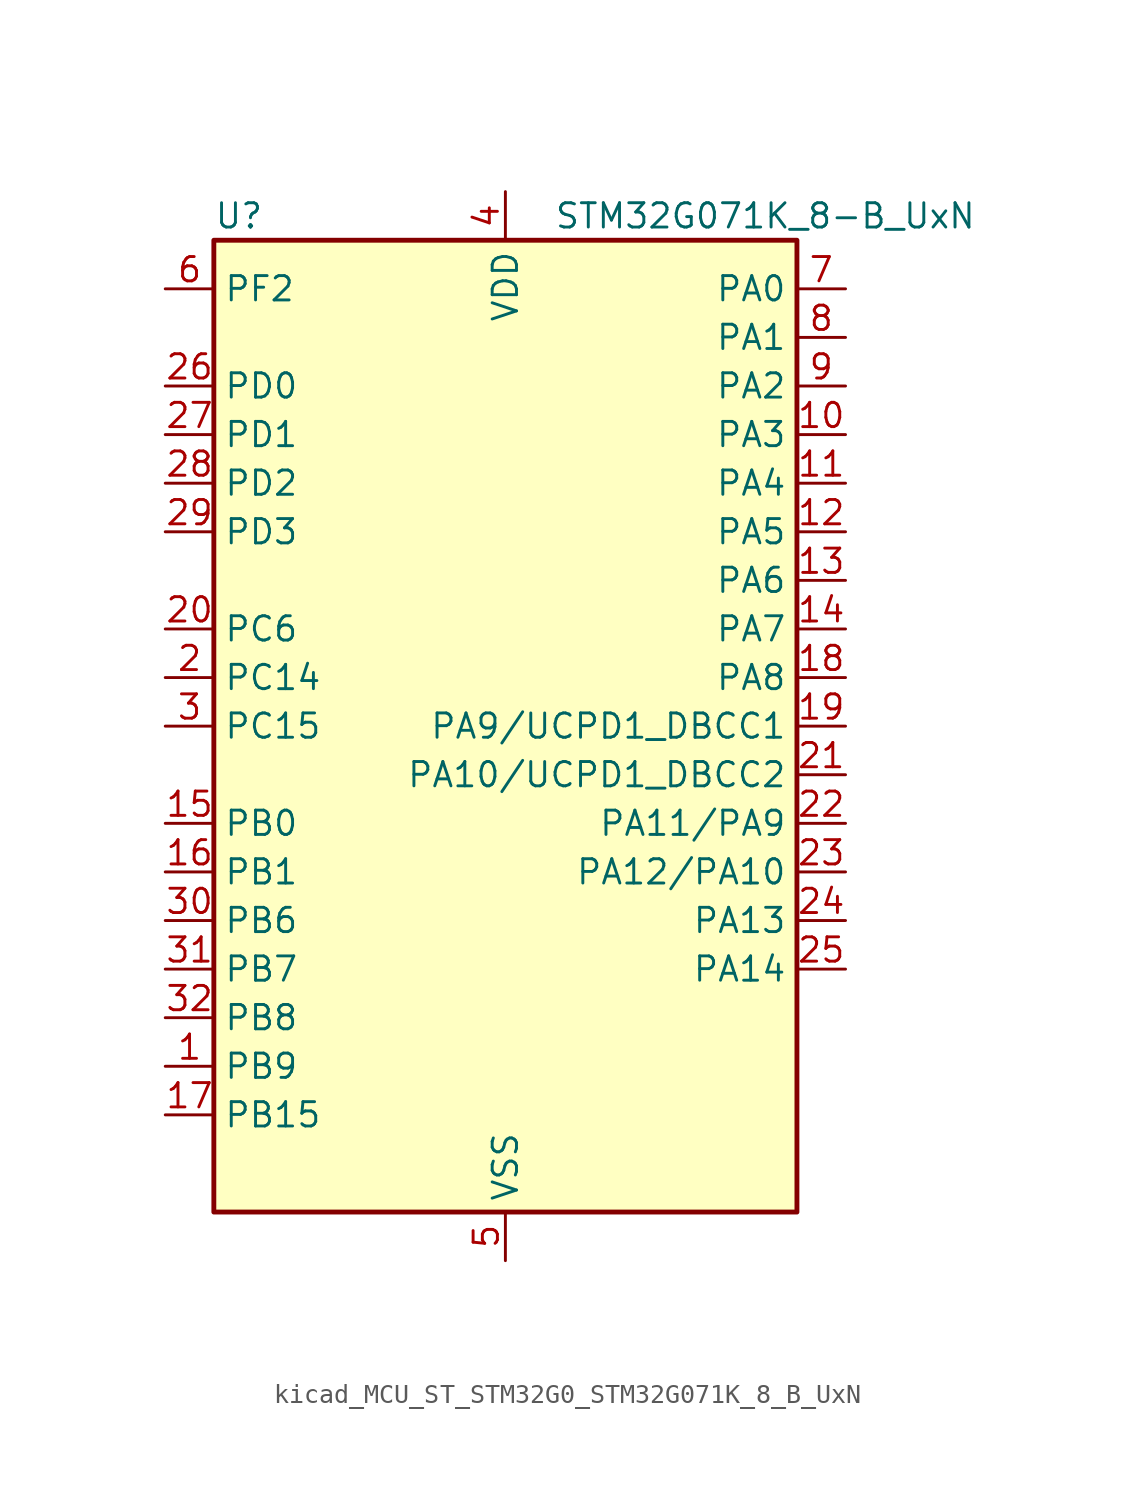
<source format=kicad_sym>
(kicad_symbol_lib
  (version 20220914)
  (generator kicad_symbol_editor)
  (symbol "kicad_MCU_ST_STM32G0_STM32G071K_8_B_UxN"
    (property "Reference" "U"
      (at -15.24 26.67 0)
      (effects (font (size 1.27 1.27)) (justify left)))
    (property "Value" "STM32G071K_8-B_UxN"
      (at 2.54 26.67 0)
      (effects (font (size 1.27 1.27)) (justify left)))
    (property "ki_locked" ""
      (at 0 0 0)
      (effects (font (size 1.27 1.27))))
    (symbol "kicad_MCU_ST_STM32G0_STM32G071K_8_B_UxN_0_1"
      (rectangle (start -15.24 -25.4) (end 15.24 25.4) (stroke (width 0.254) (type default)) (fill (type background))))
    (symbol "kicad_MCU_ST_STM32G0_STM32G071K_8_B_UxN_1_1"
      (pin bidirectional line (at -17.78 -17.78 0) (length 2.54) (name "PB9" (effects (font (size 1.27 1.27)))) (number "1" (effects (font (size 1.27 1.27)))) (alternate "DAC1_EXTI9" bidirectional line) (alternate "I2C1_SDA" bidirectional line) (alternate "IR_OUT" bidirectional line) (alternate "SPI2_NSS" bidirectional line) (alternate "TIM17_CH1" bidirectional line) (alternate "UCPD2_FRSTX1" bidirectional line) (alternate "UCPD2_FRSTX2" bidirectional line) (alternate "USART3_RX" bidirectional line))
      (pin bidirectional line (at 17.78 15.24 180) (length 2.54) (name "PA3" (effects (font (size 1.27 1.27)))) (number "10" (effects (font (size 1.27 1.27)))) (alternate "ADC1_IN3" bidirectional line) (alternate "COMP2_INP" bidirectional line) (alternate "LPUART1_RX" bidirectional line) (alternate "SPI2_MISO" bidirectional line) (alternate "TIM15_CH2" bidirectional line) (alternate "TIM2_CH4" bidirectional line) (alternate "UCPD2_FRSTX1" bidirectional line) (alternate "UCPD2_FRSTX2" bidirectional line) (alternate "USART2_RX" bidirectional line))
      (pin bidirectional line (at 17.78 12.7 180) (length 2.54) (name "PA4" (effects (font (size 1.27 1.27)))) (number "11" (effects (font (size 1.27 1.27)))) (alternate "ADC1_IN4" bidirectional line) (alternate "DAC1_OUT1" bidirectional line) (alternate "I2S1_WS" bidirectional line) (alternate "LPTIM2_OUT" bidirectional line) (alternate "RTC_OUT_ALARM" bidirectional line) (alternate "RTC_OUT_CALIB" bidirectional line) (alternate "RTC_TAMP_IN1" bidirectional line) (alternate "RTC_TS" bidirectional line) (alternate "SPI1_NSS" bidirectional line) (alternate "SPI2_MOSI" bidirectional line) (alternate "SYS_WKUP2" bidirectional line) (alternate "TIM14_CH1" bidirectional line) (alternate "UCPD2_FRSTX1" bidirectional line) (alternate "UCPD2_FRSTX2" bidirectional line))
      (pin bidirectional line (at 17.78 10.16 180) (length 2.54) (name "PA5" (effects (font (size 1.27 1.27)))) (number "12" (effects (font (size 1.27 1.27)))) (alternate "ADC1_IN5" bidirectional line) (alternate "CEC" bidirectional line) (alternate "DAC1_OUT2" bidirectional line) (alternate "I2S1_CK" bidirectional line) (alternate "LPTIM2_ETR" bidirectional line) (alternate "SPI1_SCK" bidirectional line) (alternate "TIM2_CH1" bidirectional line) (alternate "TIM2_ETR" bidirectional line) (alternate "UCPD1_FRSTX1" bidirectional line) (alternate "UCPD1_FRSTX2" bidirectional line) (alternate "USART3_TX" bidirectional line))
      (pin bidirectional line (at 17.78 7.62 180) (length 2.54) (name "PA6" (effects (font (size 1.27 1.27)))) (number "13" (effects (font (size 1.27 1.27)))) (alternate "ADC1_IN6" bidirectional line) (alternate "COMP1_OUT" bidirectional line) (alternate "I2S1_MCK" bidirectional line) (alternate "LPUART1_CTS" bidirectional line) (alternate "SPI1_MISO" bidirectional line) (alternate "TIM16_CH1" bidirectional line) (alternate "TIM1_BK" bidirectional line) (alternate "TIM3_CH1" bidirectional line) (alternate "USART3_CTS" bidirectional line) (alternate "USART3_NSS" bidirectional line))
      (pin bidirectional line (at 17.78 5.08 180) (length 2.54) (name "PA7" (effects (font (size 1.27 1.27)))) (number "14" (effects (font (size 1.27 1.27)))) (alternate "ADC1_IN7" bidirectional line) (alternate "COMP2_OUT" bidirectional line) (alternate "I2S1_SD" bidirectional line) (alternate "SPI1_MOSI" bidirectional line) (alternate "TIM14_CH1" bidirectional line) (alternate "TIM17_CH1" bidirectional line) (alternate "TIM1_CH1N" bidirectional line) (alternate "TIM3_CH2" bidirectional line) (alternate "UCPD1_FRSTX1" bidirectional line) (alternate "UCPD1_FRSTX2" bidirectional line))
      (pin bidirectional line (at -17.78 -5.08 0) (length 2.54) (name "PB0" (effects (font (size 1.27 1.27)))) (number "15" (effects (font (size 1.27 1.27)))) (alternate "ADC1_IN8" bidirectional line) (alternate "COMP1_OUT" bidirectional line) (alternate "I2S1_WS" bidirectional line) (alternate "LPTIM1_OUT" bidirectional line) (alternate "SPI1_NSS" bidirectional line) (alternate "TIM1_CH2N" bidirectional line) (alternate "TIM3_CH3" bidirectional line) (alternate "UCPD1_FRSTX1" bidirectional line) (alternate "UCPD1_FRSTX2" bidirectional line) (alternate "USART3_RX" bidirectional line))
      (pin bidirectional line (at -17.78 -7.62 0) (length 2.54) (name "PB1" (effects (font (size 1.27 1.27)))) (number "16" (effects (font (size 1.27 1.27)))) (alternate "ADC1_IN9" bidirectional line) (alternate "COMP1_INM" bidirectional line) (alternate "LPTIM2_IN1" bidirectional line) (alternate "LPUART1_DE" bidirectional line) (alternate "LPUART1_RTS" bidirectional line) (alternate "TIM14_CH1" bidirectional line) (alternate "TIM1_CH3N" bidirectional line) (alternate "TIM3_CH4" bidirectional line) (alternate "USART3_CK" bidirectional line) (alternate "USART3_DE" bidirectional line) (alternate "USART3_RTS" bidirectional line))
      (pin bidirectional line (at -17.78 -20.32 0) (length 2.54) (name "PB15" (effects (font (size 1.27 1.27)))) (number "17" (effects (font (size 1.27 1.27)))) (alternate "RTC_REFIN" bidirectional line) (alternate "SPI2_MOSI" bidirectional line) (alternate "TIM15_CH1N" bidirectional line) (alternate "TIM15_CH2" bidirectional line) (alternate "TIM1_CH3N" bidirectional line) (alternate "UCPD1_CC2" bidirectional line))
      (pin bidirectional line (at 17.78 2.54 180) (length 2.54) (name "PA8" (effects (font (size 1.27 1.27)))) (number "18" (effects (font (size 1.27 1.27)))) (alternate "LPTIM2_OUT" bidirectional line) (alternate "RCC_MCO" bidirectional line) (alternate "SPI2_NSS" bidirectional line) (alternate "TIM1_CH1" bidirectional line) (alternate "UCPD1_CC1" bidirectional line))
      (pin bidirectional line (at 17.78 0 180) (length 2.54) (name "PA9/UCPD1_DBCC1" (effects (font (size 1.27 1.27)))) (number "19" (effects (font (size 1.27 1.27)))) (alternate "DAC1_EXTI9" bidirectional line) (alternate "I2C1_SCL" bidirectional line) (alternate "RCC_MCO" bidirectional line) (alternate "SPI2_MISO" bidirectional line) (alternate "TIM15_BK" bidirectional line) (alternate "TIM1_CH2" bidirectional line) (alternate "UCPD1_DBCC1" bidirectional line) (alternate "USART1_TX" bidirectional line))
      (pin bidirectional line (at -17.78 2.54 0) (length 2.54) (name "PC14" (effects (font (size 1.27 1.27)))) (number "2" (effects (font (size 1.27 1.27)))) (alternate "RCC_OSC32_IN" bidirectional line) (alternate "RCC_OSC_IN" bidirectional line) (alternate "TIM1_BK2" bidirectional line))
      (pin bidirectional line (at -17.78 5.08 0) (length 2.54) (name "PC6" (effects (font (size 1.27 1.27)))) (number "20" (effects (font (size 1.27 1.27)))) (alternate "TIM2_CH3" bidirectional line) (alternate "TIM3_CH1" bidirectional line) (alternate "UCPD1_FRSTX1" bidirectional line) (alternate "UCPD1_FRSTX2" bidirectional line))
      (pin bidirectional line (at 17.78 -2.54 180) (length 2.54) (name "PA10/UCPD1_DBCC2" (effects (font (size 1.27 1.27)))) (number "21" (effects (font (size 1.27 1.27)))) (alternate "I2C1_SDA" bidirectional line) (alternate "SPI2_MOSI" bidirectional line) (alternate "TIM17_BK" bidirectional line) (alternate "TIM1_CH3" bidirectional line) (alternate "UCPD1_DBCC2" bidirectional line) (alternate "USART1_RX" bidirectional line))
      (pin bidirectional line (at 17.78 -5.08 180) (length 2.54) (name "PA11/PA9" (effects (font (size 1.27 1.27)))) (number "22" (effects (font (size 1.27 1.27)))) (alternate "ADC1_EXTI11" bidirectional line) (alternate "COMP1_OUT" bidirectional line) (alternate "I2C2_SCL" bidirectional line) (alternate "I2S1_MCK" bidirectional line) (alternate "SPI1_MISO" bidirectional line) (alternate "TIM1_BK2" bidirectional line) (alternate "TIM1_CH4" bidirectional line) (alternate "USART1_CTS" bidirectional line) (alternate "USART1_NSS" bidirectional line))
      (pin bidirectional line (at 17.78 -7.62 180) (length 2.54) (name "PA12/PA10" (effects (font (size 1.27 1.27)))) (number "23" (effects (font (size 1.27 1.27)))) (alternate "COMP2_OUT" bidirectional line) (alternate "I2C2_SDA" bidirectional line) (alternate "I2S1_SD" bidirectional line) (alternate "I2S_CKIN" bidirectional line) (alternate "SPI1_MOSI" bidirectional line) (alternate "TIM1_ETR" bidirectional line) (alternate "USART1_CK" bidirectional line) (alternate "USART1_DE" bidirectional line) (alternate "USART1_RTS" bidirectional line))
      (pin bidirectional line (at 17.78 -10.16 180) (length 2.54) (name "PA13" (effects (font (size 1.27 1.27)))) (number "24" (effects (font (size 1.27 1.27)))) (alternate "IR_OUT" bidirectional line) (alternate "SYS_SWDIO" bidirectional line))
      (pin bidirectional line (at 17.78 -12.7 180) (length 2.54) (name "PA14" (effects (font (size 1.27 1.27)))) (number "25" (effects (font (size 1.27 1.27)))) (alternate "SYS_SWCLK" bidirectional line) (alternate "USART2_TX" bidirectional line))
      (pin bidirectional line (at -17.78 17.78 0) (length 2.54) (name "PD0" (effects (font (size 1.27 1.27)))) (number "26" (effects (font (size 1.27 1.27)))) (alternate "SPI2_NSS" bidirectional line) (alternate "TIM16_CH1" bidirectional line) (alternate "UCPD2_CC1" bidirectional line))
      (pin bidirectional line (at -17.78 15.24 0) (length 2.54) (name "PD1" (effects (font (size 1.27 1.27)))) (number "27" (effects (font (size 1.27 1.27)))) (alternate "SPI2_SCK" bidirectional line) (alternate "TIM17_CH1" bidirectional line) (alternate "UCPD2_DBCC1" bidirectional line))
      (pin bidirectional line (at -17.78 12.7 0) (length 2.54) (name "PD2" (effects (font (size 1.27 1.27)))) (number "28" (effects (font (size 1.27 1.27)))) (alternate "TIM1_CH1N" bidirectional line) (alternate "TIM3_ETR" bidirectional line) (alternate "UCPD2_CC2" bidirectional line) (alternate "USART3_CK" bidirectional line) (alternate "USART3_DE" bidirectional line) (alternate "USART3_RTS" bidirectional line))
      (pin bidirectional line (at -17.78 10.16 0) (length 2.54) (name "PD3" (effects (font (size 1.27 1.27)))) (number "29" (effects (font (size 1.27 1.27)))) (alternate "SPI2_MISO" bidirectional line) (alternate "TIM1_CH2N" bidirectional line) (alternate "UCPD2_DBCC2" bidirectional line) (alternate "USART2_CTS" bidirectional line) (alternate "USART2_NSS" bidirectional line))
      (pin bidirectional line (at -17.78 0 0) (length 2.54) (name "PC15" (effects (font (size 1.27 1.27)))) (number "3" (effects (font (size 1.27 1.27)))) (alternate "RCC_OSC32_EN" bidirectional line) (alternate "RCC_OSC32_OUT" bidirectional line) (alternate "RCC_OSC_EN" bidirectional line) (alternate "TIM15_BK" bidirectional line))
      (pin bidirectional line (at -17.78 -10.16 0) (length 2.54) (name "PB6" (effects (font (size 1.27 1.27)))) (number "30" (effects (font (size 1.27 1.27)))) (alternate "COMP2_INP" bidirectional line) (alternate "I2C1_SCL" bidirectional line) (alternate "LPTIM1_ETR" bidirectional line) (alternate "SPI2_MISO" bidirectional line) (alternate "TIM16_CH1N" bidirectional line) (alternate "TIM1_CH3" bidirectional line) (alternate "USART1_TX" bidirectional line))
      (pin bidirectional line (at -17.78 -12.7 0) (length 2.54) (name "PB7" (effects (font (size 1.27 1.27)))) (number "31" (effects (font (size 1.27 1.27)))) (alternate "COMP2_INM" bidirectional line) (alternate "I2C1_SDA" bidirectional line) (alternate "LPTIM1_IN2" bidirectional line) (alternate "SPI2_MOSI" bidirectional line) (alternate "SYS_PVD_IN" bidirectional line) (alternate "TIM17_CH1N" bidirectional line) (alternate "USART1_RX" bidirectional line) (alternate "USART4_CTS" bidirectional line) (alternate "USART4_NSS" bidirectional line))
      (pin bidirectional line (at -17.78 -15.24 0) (length 2.54) (name "PB8" (effects (font (size 1.27 1.27)))) (number "32" (effects (font (size 1.27 1.27)))) (alternate "CEC" bidirectional line) (alternate "I2C1_SCL" bidirectional line) (alternate "SPI2_SCK" bidirectional line) (alternate "TIM15_BK" bidirectional line) (alternate "TIM16_CH1" bidirectional line) (alternate "USART3_TX" bidirectional line))
      (pin passive line (at 0 -27.94 90) (length 2.54) hide (name "VSS" (effects (font (size 1.27 1.27)))) (number "33" (effects (font (size 1.27 1.27)))))
      (pin power_in line (at 0 27.94 270) (length 2.54) (name "VDD" (effects (font (size 1.27 1.27)))) (number "4" (effects (font (size 1.27 1.27)))))
      (pin power_in line (at 0 -27.94 90) (length 2.54) (name "VSS" (effects (font (size 1.27 1.27)))) (number "5" (effects (font (size 1.27 1.27)))))
      (pin bidirectional line (at -17.78 22.86 0) (length 2.54) (name "PF2" (effects (font (size 1.27 1.27)))) (number "6" (effects (font (size 1.27 1.27)))) (alternate "RCC_MCO" bidirectional line))
      (pin bidirectional line (at 17.78 22.86 180) (length 2.54) (name "PA0" (effects (font (size 1.27 1.27)))) (number "7" (effects (font (size 1.27 1.27)))) (alternate "ADC1_IN0" bidirectional line) (alternate "COMP1_INM" bidirectional line) (alternate "COMP1_OUT" bidirectional line) (alternate "LPTIM1_OUT" bidirectional line) (alternate "RTC_TAMP_IN2" bidirectional line) (alternate "SPI2_SCK" bidirectional line) (alternate "SYS_WKUP1" bidirectional line) (alternate "TIM2_CH1" bidirectional line) (alternate "TIM2_ETR" bidirectional line) (alternate "UCPD2_FRSTX1" bidirectional line) (alternate "UCPD2_FRSTX2" bidirectional line) (alternate "USART2_CTS" bidirectional line) (alternate "USART2_NSS" bidirectional line) (alternate "USART4_TX" bidirectional line))
      (pin bidirectional line (at 17.78 20.32 180) (length 2.54) (name "PA1" (effects (font (size 1.27 1.27)))) (number "8" (effects (font (size 1.27 1.27)))) (alternate "ADC1_IN1" bidirectional line) (alternate "COMP1_INP" bidirectional line) (alternate "I2C1_SMBA" bidirectional line) (alternate "I2S1_CK" bidirectional line) (alternate "SPI1_SCK" bidirectional line) (alternate "TIM15_CH1N" bidirectional line) (alternate "TIM2_CH2" bidirectional line) (alternate "USART2_CK" bidirectional line) (alternate "USART2_DE" bidirectional line) (alternate "USART2_RTS" bidirectional line) (alternate "USART4_RX" bidirectional line))
      (pin bidirectional line (at 17.78 17.78 180) (length 2.54) (name "PA2" (effects (font (size 1.27 1.27)))) (number "9" (effects (font (size 1.27 1.27)))) (alternate "ADC1_IN2" bidirectional line) (alternate "COMP2_INM" bidirectional line) (alternate "COMP2_OUT" bidirectional line) (alternate "I2S1_SD" bidirectional line) (alternate "LPUART1_TX" bidirectional line) (alternate "RCC_LSCO" bidirectional line) (alternate "SPI1_MOSI" bidirectional line) (alternate "SYS_WKUP4" bidirectional line) (alternate "TIM15_CH1" bidirectional line) (alternate "TIM2_CH3" bidirectional line) (alternate "UCPD1_FRSTX1" bidirectional line) (alternate "UCPD1_FRSTX2" bidirectional line) (alternate "USART2_TX" bidirectional line)))))
</source>
